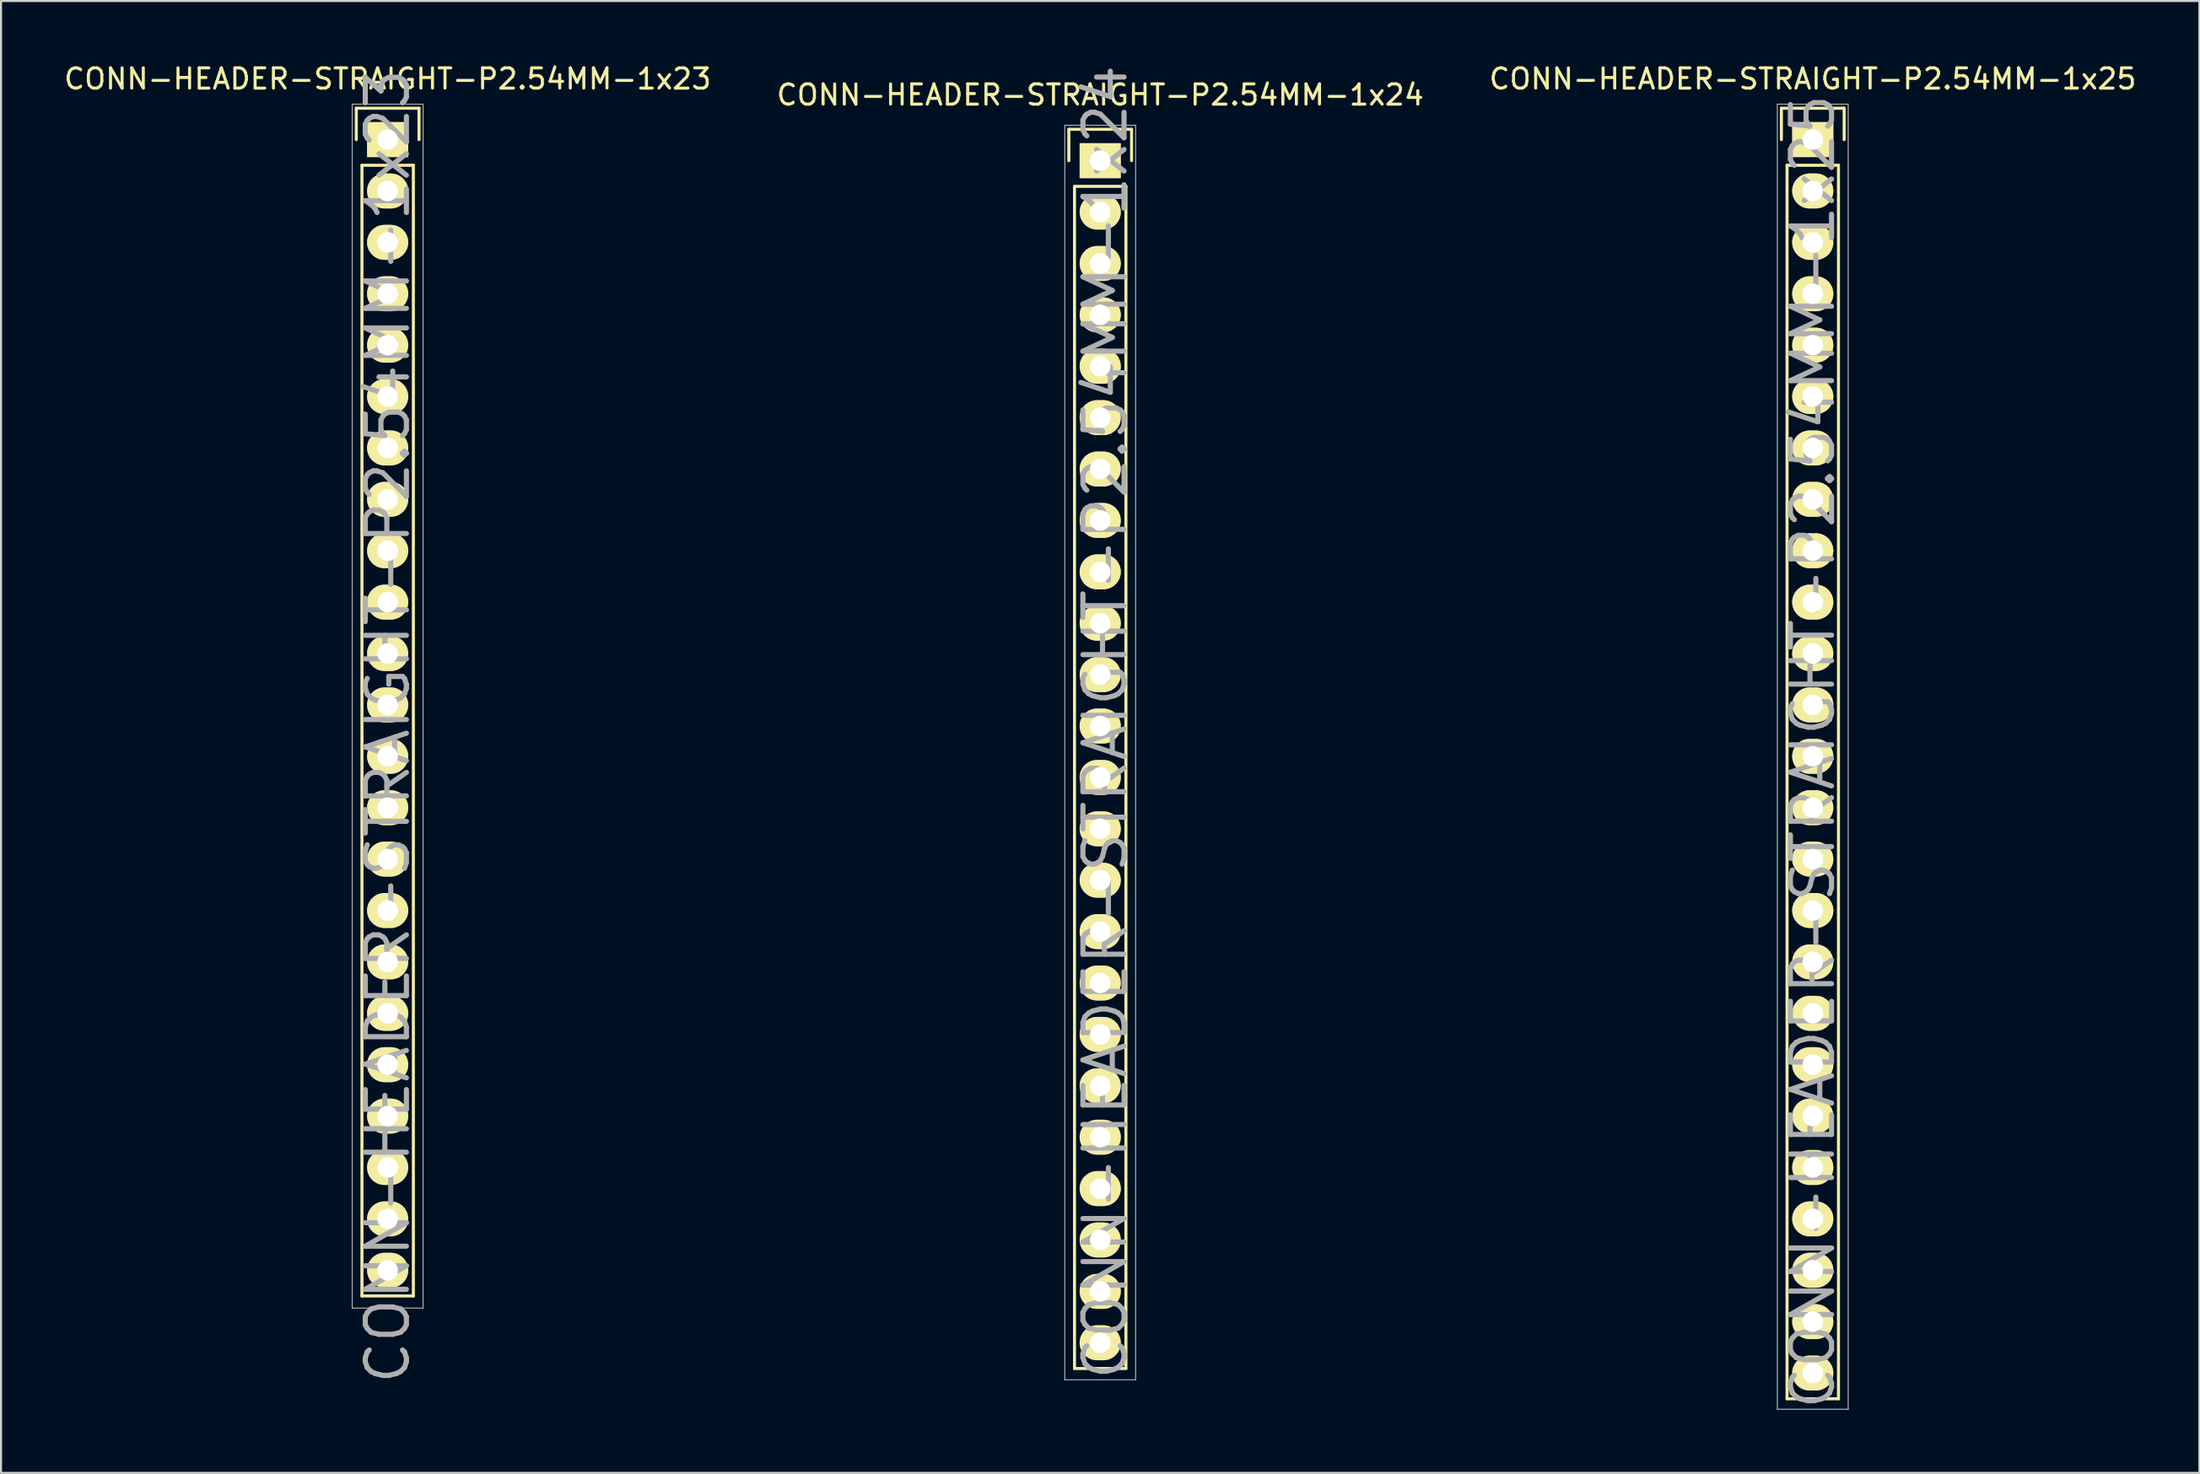
<source format=kicad_pcb>
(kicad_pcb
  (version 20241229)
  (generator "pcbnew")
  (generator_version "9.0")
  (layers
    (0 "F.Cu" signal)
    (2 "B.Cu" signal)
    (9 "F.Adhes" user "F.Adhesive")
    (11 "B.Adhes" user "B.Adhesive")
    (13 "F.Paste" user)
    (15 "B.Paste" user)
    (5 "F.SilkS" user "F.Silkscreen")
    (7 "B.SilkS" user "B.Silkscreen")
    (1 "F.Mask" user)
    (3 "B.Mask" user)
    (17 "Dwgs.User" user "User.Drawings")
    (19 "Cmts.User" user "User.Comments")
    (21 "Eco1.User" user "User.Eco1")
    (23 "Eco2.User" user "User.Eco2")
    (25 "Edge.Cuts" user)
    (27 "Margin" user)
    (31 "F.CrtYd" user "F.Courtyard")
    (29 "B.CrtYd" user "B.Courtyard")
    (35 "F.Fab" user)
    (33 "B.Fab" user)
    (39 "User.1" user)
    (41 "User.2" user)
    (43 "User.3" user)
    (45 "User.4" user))
  (footprint "CONN-HEADER-STRAIGHT-P2.54MM-1x25"
    (layer "F.Cu")
    (at 86.506 3.848)
    (property "Reference" "CONN-HEADER-STRAIGHT-P2.54MM-1x25" (at 0 30.25 90) (layer "F.Fab") (effects (font (size 2.032 2.032) (thickness 0.254))))
    (attr through_hole)
    (fp_line (start -1.55 -1.55) (end 1.55 -1.55) (stroke (width 0.15) (type solid)) (layer "F.SilkS"))
    (fp_line (start -1.55 0) (end -1.55 -1.55) (stroke (width 0.15) (type solid)) (layer "F.SilkS"))
    (fp_line (start -1.27 1.27) (end -1.27 62.23) (stroke (width 0.15) (type solid)) (layer "F.SilkS"))
    (fp_line (start -1.27 62.23) (end 1.27 62.23) (stroke (width 0.15) (type solid)) (layer "F.SilkS"))
    (fp_line (start 1.27 1.27) (end -1.27 1.27) (stroke (width 0.15) (type solid)) (layer "F.SilkS"))
    (fp_line (start 1.27 62.23) (end 1.27 1.27) (stroke (width 0.15) (type solid)) (layer "F.SilkS"))
    (fp_line (start 1.55 -1.55) (end 1.55 0) (stroke (width 0.15) (type solid)) (layer "F.SilkS"))
    (fp_line (start -1.75 -1.75) (end 1.75 -1.75) (stroke (width 0.051) (type solid)) (layer "F.Fab"))
    (fp_line (start -1.75 62.75) (end -1.75 -1.75) (stroke (width 0.051) (type solid)) (layer "F.Fab"))
    (fp_line (start 1.75 -1.75) (end 1.75 62.75) (stroke (width 0.051) (type solid)) (layer "F.Fab"))
    (fp_line (start 1.75 62.75) (end -1.75 62.75) (stroke (width 0.051) (type solid)) (layer "F.Fab"))
    (fp_text user "${REFERENCE}" (at 0 -3 0) (layer "F.SilkS") (effects (font (size 1 1) (thickness 0.15))))
    (pad "1" thru_hole rect (at 0 0) (size 2.032 1.727) (drill 1.016) (layers "*.Cu" "*.Mask" "F.SilkS"))
    (pad "2" thru_hole oval (at 0 2.54) (size 2.032 1.727) (drill 1.016) (layers "*.Cu" "*.Mask" "F.SilkS"))
    (pad "3" thru_hole oval (at 0 5.08) (size 2.032 1.727) (drill 1.016) (layers "*.Cu" "*.Mask" "F.SilkS"))
    (pad "4" thru_hole oval (at 0 7.62) (size 2.032 1.727) (drill 1.016) (layers "*.Cu" "*.Mask" "F.SilkS"))
    (pad "5" thru_hole oval (at 0 10.16) (size 2.032 1.727) (drill 1.016) (layers "*.Cu" "*.Mask" "F.SilkS"))
    (pad "6" thru_hole oval (at 0 12.7) (size 2.032 1.727) (drill 1.016) (layers "*.Cu" "*.Mask" "F.SilkS"))
    (pad "7" thru_hole oval (at 0 15.24) (size 2.032 1.727) (drill 1.016) (layers "*.Cu" "*.Mask" "F.SilkS"))
    (pad "8" thru_hole oval (at 0 17.78) (size 2.032 1.727) (drill 1.016) (layers "*.Cu" "*.Mask" "F.SilkS"))
    (pad "9" thru_hole oval (at 0 20.32) (size 2.032 1.727) (drill 1.016) (layers "*.Cu" "*.Mask" "F.SilkS"))
    (pad "10" thru_hole oval (at 0 22.86) (size 2.032 1.727) (drill 1.016) (layers "*.Cu" "*.Mask" "F.SilkS"))
    (pad "11" thru_hole oval (at 0 25.4) (size 2.032 1.727) (drill 1.016) (layers "*.Cu" "*.Mask" "F.SilkS"))
    (pad "12" thru_hole oval (at 0 27.94) (size 2.032 1.727) (drill 1.016) (layers "*.Cu" "*.Mask" "F.SilkS"))
    (pad "13" thru_hole oval (at 0 30.48) (size 2.032 1.727) (drill 1.016) (layers "*.Cu" "*.Mask" "F.SilkS"))
    (pad "14" thru_hole oval (at 0 33.02) (size 2.032 1.727) (drill 1.016) (layers "*.Cu" "*.Mask" "F.SilkS"))
    (pad "15" thru_hole oval (at 0 35.56) (size 2.032 1.727) (drill 1.016) (layers "*.Cu" "*.Mask" "F.SilkS"))
    (pad "16" thru_hole oval (at 0 38.1) (size 2.032 1.727) (drill 1.016) (layers "*.Cu" "*.Mask" "F.SilkS"))
    (pad "17" thru_hole oval (at 0 40.64) (size 2.032 1.727) (drill 1.016) (layers "*.Cu" "*.Mask" "F.SilkS"))
    (pad "18" thru_hole oval (at 0 43.18) (size 2.032 1.727) (drill 1.016) (layers "*.Cu" "*.Mask" "F.SilkS"))
    (pad "19" thru_hole oval (at 0 45.72) (size 2.032 1.727) (drill 1.016) (layers "*.Cu" "*.Mask" "F.SilkS"))
    (pad "20" thru_hole oval (at 0 48.26) (size 2.032 1.727) (drill 1.016) (layers "*.Cu" "*.Mask" "F.SilkS"))
    (pad "21" thru_hole oval (at 0 50.8) (size 2.032 1.727) (drill 1.016) (layers "*.Cu" "*.Mask" "F.SilkS"))
    (pad "22" thru_hole oval (at 0 53.34) (size 2.032 1.727) (drill 1.016) (layers "*.Cu" "*.Mask" "F.SilkS"))
    (pad "23" thru_hole oval (at 0 55.88) (size 2.032 1.727) (drill 1.016) (layers "*.Cu" "*.Mask" "F.SilkS"))
    (pad "24" thru_hole oval (at 0 58.42) (size 2.032 1.727) (drill 1.016) (layers "*.Cu" "*.Mask" "F.SilkS"))
    (pad "25" thru_hole oval (at 0 60.96) (size 2.032 1.727) (drill 1.016) (layers "*.Cu" "*.Mask" "F.SilkS")))
  (footprint "CONN-HEADER-STRAIGHT-P2.54MM-1x23"
    (layer "F.Cu")
    (at 16.101 3.848)
    (property "Reference" "CONN-HEADER-STRAIGHT-P2.54MM-1x23" (at 0 29 90) (layer "F.Fab") (effects (font (size 2.032 2.032) (thickness 0.254))))
    (attr through_hole)
    (fp_line (start -1.55 -1.55) (end 1.55 -1.55) (stroke (width 0.15) (type solid)) (layer "F.SilkS"))
    (fp_line (start -1.55 0) (end -1.55 -1.55) (stroke (width 0.15) (type solid)) (layer "F.SilkS"))
    (fp_line (start -1.27 1.27) (end -1.27 57.15) (stroke (width 0.15) (type solid)) (layer "F.SilkS"))
    (fp_line (start -1.27 57.15) (end 1.27 57.15) (stroke (width 0.15) (type solid)) (layer "F.SilkS"))
    (fp_line (start 1.27 1.27) (end -1.27 1.27) (stroke (width 0.15) (type solid)) (layer "F.SilkS"))
    (fp_line (start 1.27 57.15) (end 1.27 1.27) (stroke (width 0.15) (type solid)) (layer "F.SilkS"))
    (fp_line (start 1.55 -1.55) (end 1.55 0) (stroke (width 0.15) (type solid)) (layer "F.SilkS"))
    (fp_line (start -1.75 -1.75) (end 1.75 -1.75) (stroke (width 0.051) (type solid)) (layer "F.Fab"))
    (fp_line (start -1.75 57.75) (end -1.75 -1.75) (stroke (width 0.051) (type solid)) (layer "F.Fab"))
    (fp_line (start 1.75 -1.75) (end 1.75 57.75) (stroke (width 0.051) (type solid)) (layer "F.Fab"))
    (fp_line (start 1.75 57.75) (end -1.75 57.75) (stroke (width 0.051) (type solid)) (layer "F.Fab"))
    (fp_text user "${REFERENCE}" (at 0 -3 0) (layer "F.SilkS") (effects (font (size 1 1) (thickness 0.15))))
    (pad "1" thru_hole rect (at 0 0) (size 2.032 1.727) (drill 1.016) (layers "*.Cu" "*.Mask" "F.SilkS"))
    (pad "2" thru_hole oval (at 0 2.54) (size 2.032 1.727) (drill 1.016) (layers "*.Cu" "*.Mask" "F.SilkS"))
    (pad "3" thru_hole oval (at 0 5.08) (size 2.032 1.727) (drill 1.016) (layers "*.Cu" "*.Mask" "F.SilkS"))
    (pad "4" thru_hole oval (at 0 7.62) (size 2.032 1.727) (drill 1.016) (layers "*.Cu" "*.Mask" "F.SilkS"))
    (pad "5" thru_hole oval (at 0 10.16) (size 2.032 1.727) (drill 1.016) (layers "*.Cu" "*.Mask" "F.SilkS"))
    (pad "6" thru_hole oval (at 0 12.7) (size 2.032 1.727) (drill 1.016) (layers "*.Cu" "*.Mask" "F.SilkS"))
    (pad "7" thru_hole oval (at 0 15.24) (size 2.032 1.727) (drill 1.016) (layers "*.Cu" "*.Mask" "F.SilkS"))
    (pad "8" thru_hole oval (at 0 17.78) (size 2.032 1.727) (drill 1.016) (layers "*.Cu" "*.Mask" "F.SilkS"))
    (pad "9" thru_hole oval (at 0 20.32) (size 2.032 1.727) (drill 1.016) (layers "*.Cu" "*.Mask" "F.SilkS"))
    (pad "10" thru_hole oval (at 0 22.86) (size 2.032 1.727) (drill 1.016) (layers "*.Cu" "*.Mask" "F.SilkS"))
    (pad "11" thru_hole oval (at 0 25.4) (size 2.032 1.727) (drill 1.016) (layers "*.Cu" "*.Mask" "F.SilkS"))
    (pad "12" thru_hole oval (at 0 27.94) (size 2.032 1.727) (drill 1.016) (layers "*.Cu" "*.Mask" "F.SilkS"))
    (pad "13" thru_hole oval (at 0 30.48) (size 2.032 1.727) (drill 1.016) (layers "*.Cu" "*.Mask" "F.SilkS"))
    (pad "14" thru_hole oval (at 0 33.02) (size 2.032 1.727) (drill 1.016) (layers "*.Cu" "*.Mask" "F.SilkS"))
    (pad "15" thru_hole oval (at 0 35.56) (size 2.032 1.727) (drill 1.016) (layers "*.Cu" "*.Mask" "F.SilkS"))
    (pad "16" thru_hole oval (at 0 38.1) (size 2.032 1.727) (drill 1.016) (layers "*.Cu" "*.Mask" "F.SilkS"))
    (pad "17" thru_hole oval (at 0 40.64) (size 2.032 1.727) (drill 1.016) (layers "*.Cu" "*.Mask" "F.SilkS"))
    (pad "18" thru_hole oval (at 0 43.18) (size 2.032 1.727) (drill 1.016) (layers "*.Cu" "*.Mask" "F.SilkS"))
    (pad "19" thru_hole oval (at 0 45.72) (size 2.032 1.727) (drill 1.016) (layers "*.Cu" "*.Mask" "F.SilkS"))
    (pad "20" thru_hole oval (at 0 48.26) (size 2.032 1.727) (drill 1.016) (layers "*.Cu" "*.Mask" "F.SilkS"))
    (pad "21" thru_hole oval (at 0 50.8) (size 2.032 1.727) (drill 1.016) (layers "*.Cu" "*.Mask" "F.SilkS"))
    (pad "22" thru_hole oval (at 0 53.34) (size 2.032 1.727) (drill 1.016) (layers "*.Cu" "*.Mask" "F.SilkS"))
    (pad "23" thru_hole oval (at 0 55.88) (size 2.032 1.727) (drill 1.016) (layers "*.Cu" "*.Mask" "F.SilkS")))
  (footprint "CONN-HEADER-STRAIGHT-P2.54MM-1x24"
    (layer "F.Cu")
    (at 51.304 4.891)
    (property "Reference" "CONN-HEADER-STRAIGHT-P2.54MM-1x24" (at 0.25 27.75 90) (layer "F.Fab") (effects (font (size 2.032 2.032) (thickness 0.254))))
    (attr through_hole)
    (fp_line (start -1.55 -1.55) (end 1.55 -1.55) (stroke (width 0.15) (type solid)) (layer "F.SilkS"))
    (fp_line (start -1.55 0) (end -1.55 -1.55) (stroke (width 0.15) (type solid)) (layer "F.SilkS"))
    (fp_line (start -1.27 1.27) (end -1.27 59.69) (stroke (width 0.15) (type solid)) (layer "F.SilkS"))
    (fp_line (start -1.27 59.69) (end 1.27 59.69) (stroke (width 0.15) (type solid)) (layer "F.SilkS"))
    (fp_line (start 1.27 1.27) (end -1.27 1.27) (stroke (width 0.15) (type solid)) (layer "F.SilkS"))
    (fp_line (start 1.27 1.27) (end 1.27 59.69) (stroke (width 0.15) (type solid)) (layer "F.SilkS"))
    (fp_line (start 1.55 -1.55) (end 1.55 0) (stroke (width 0.15) (type solid)) (layer "F.SilkS"))
    (fp_line (start -1.75 -1.75) (end -1.75 60.25) (stroke (width 0.051) (type solid)) (layer "F.Fab"))
    (fp_line (start -1.75 60.25) (end 1.75 60.25) (stroke (width 0.051) (type solid)) (layer "F.Fab"))
    (fp_line (start 1.75 -1.75) (end -1.75 -1.75) (stroke (width 0.051) (type solid)) (layer "F.Fab"))
    (fp_line (start 1.75 60.25) (end 1.75 -1.75) (stroke (width 0.051) (type solid)) (layer "F.Fab"))
    (fp_text user "${REFERENCE}" (at 0 -3.25 0) (layer "F.SilkS") (effects (font (size 1 1) (thickness 0.15))))
    (pad "1" thru_hole rect (at 0 0) (size 2.032 1.727) (drill 1.016) (layers "*.Cu" "*.Mask" "F.SilkS"))
    (pad "2" thru_hole oval (at 0 2.54) (size 2.032 1.727) (drill 1.016) (layers "*.Cu" "*.Mask" "F.SilkS"))
    (pad "3" thru_hole oval (at 0 5.08) (size 2.032 1.727) (drill 1.016) (layers "*.Cu" "*.Mask" "F.SilkS"))
    (pad "4" thru_hole oval (at 0 7.62) (size 2.032 1.727) (drill 1.016) (layers "*.Cu" "*.Mask" "F.SilkS"))
    (pad "5" thru_hole oval (at 0 10.16) (size 2.032 1.727) (drill 1.016) (layers "*.Cu" "*.Mask" "F.SilkS"))
    (pad "6" thru_hole oval (at 0 12.7) (size 2.032 1.727) (drill 1.016) (layers "*.Cu" "*.Mask" "F.SilkS"))
    (pad "7" thru_hole oval (at 0 15.24) (size 2.032 1.727) (drill 1.016) (layers "*.Cu" "*.Mask" "F.SilkS"))
    (pad "8" thru_hole oval (at 0 17.78) (size 2.032 1.727) (drill 1.016) (layers "*.Cu" "*.Mask" "F.SilkS"))
    (pad "9" thru_hole oval (at 0 20.32) (size 2.032 1.727) (drill 1.016) (layers "*.Cu" "*.Mask" "F.SilkS"))
    (pad "10" thru_hole oval (at 0 22.86) (size 2.032 1.727) (drill 1.016) (layers "*.Cu" "*.Mask" "F.SilkS"))
    (pad "11" thru_hole oval (at 0 25.4) (size 2.032 1.727) (drill 1.016) (layers "*.Cu" "*.Mask" "F.SilkS"))
    (pad "12" thru_hole oval (at 0 27.94) (size 2.032 1.727) (drill 1.016) (layers "*.Cu" "*.Mask" "F.SilkS"))
    (pad "13" thru_hole oval (at 0 30.48) (size 2.032 1.727) (drill 1.016) (layers "*.Cu" "*.Mask" "F.SilkS"))
    (pad "14" thru_hole oval (at 0 33.02) (size 2.032 1.727) (drill 1.016) (layers "*.Cu" "*.Mask" "F.SilkS"))
    (pad "15" thru_hole oval (at 0 35.56) (size 2.032 1.727) (drill 1.016) (layers "*.Cu" "*.Mask" "F.SilkS"))
    (pad "16" thru_hole oval (at 0 38.1) (size 2.032 1.727) (drill 1.016) (layers "*.Cu" "*.Mask" "F.SilkS"))
    (pad "17" thru_hole oval (at 0 40.64) (size 2.032 1.727) (drill 1.016) (layers "*.Cu" "*.Mask" "F.SilkS"))
    (pad "18" thru_hole oval (at 0 43.18) (size 2.032 1.727) (drill 1.016) (layers "*.Cu" "*.Mask" "F.SilkS"))
    (pad "19" thru_hole oval (at 0 45.72) (size 2.032 1.727) (drill 1.016) (layers "*.Cu" "*.Mask" "F.SilkS"))
    (pad "20" thru_hole oval (at 0 48.26) (size 2.032 1.727) (drill 1.016) (layers "*.Cu" "*.Mask" "F.SilkS"))
    (pad "21" thru_hole oval (at 0 50.8) (size 2.032 1.727) (drill 1.016) (layers "*.Cu" "*.Mask" "F.SilkS"))
    (pad "22" thru_hole oval (at 0 53.34) (size 2.032 1.727) (drill 1.016) (layers "*.Cu" "*.Mask" "F.SilkS"))
    (pad "23" thru_hole oval (at 0 55.88) (size 2.032 1.727) (drill 1.016) (layers "*.Cu" "*.Mask" "F.SilkS"))
    (pad "24" thru_hole oval (at 0 58.42) (size 2.032 1.727) (drill 1.016) (layers "*.Cu" "*.Mask" "F.SilkS")))
  (gr_rect
    (start -3 -3)
    (end 105.607 69.74)
    (stroke (width 0.1) (type default))
    (fill no)
    (layer "Edge.Cuts")))
</source>
